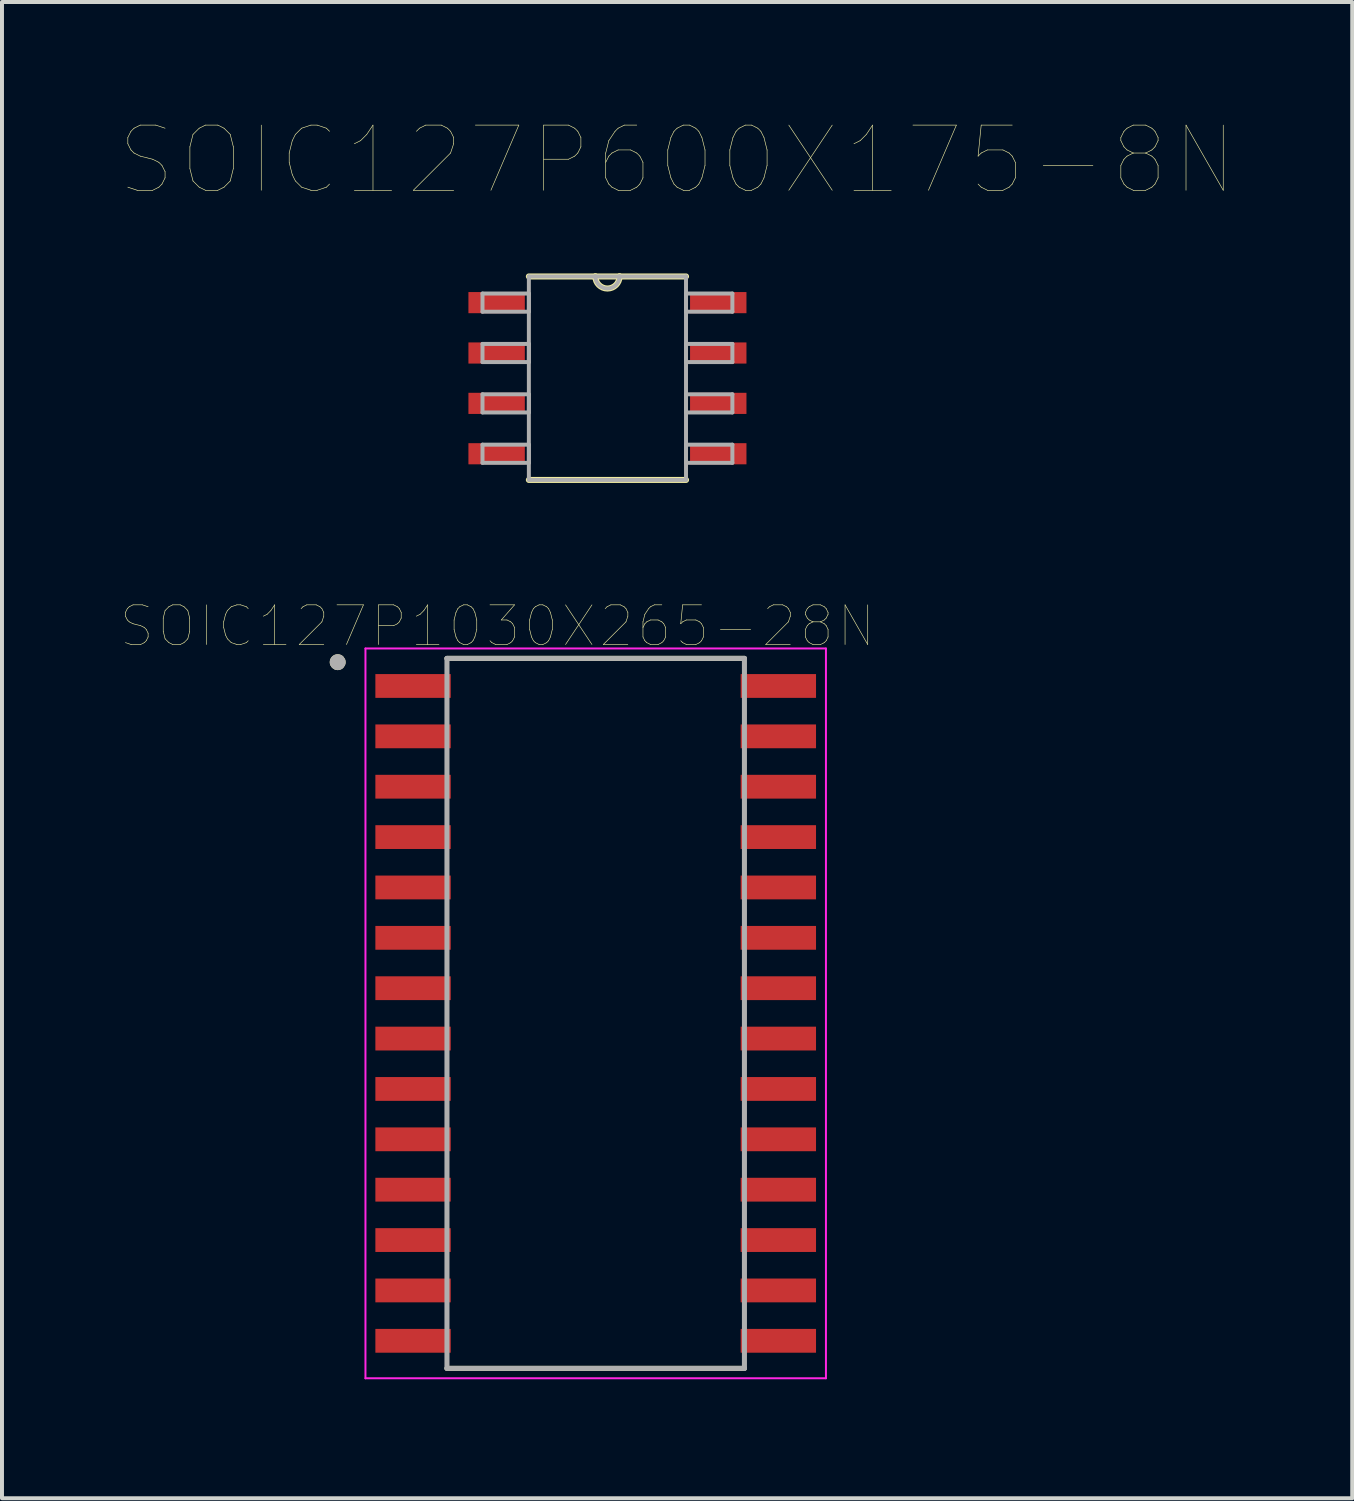
<source format=kicad_pcb>
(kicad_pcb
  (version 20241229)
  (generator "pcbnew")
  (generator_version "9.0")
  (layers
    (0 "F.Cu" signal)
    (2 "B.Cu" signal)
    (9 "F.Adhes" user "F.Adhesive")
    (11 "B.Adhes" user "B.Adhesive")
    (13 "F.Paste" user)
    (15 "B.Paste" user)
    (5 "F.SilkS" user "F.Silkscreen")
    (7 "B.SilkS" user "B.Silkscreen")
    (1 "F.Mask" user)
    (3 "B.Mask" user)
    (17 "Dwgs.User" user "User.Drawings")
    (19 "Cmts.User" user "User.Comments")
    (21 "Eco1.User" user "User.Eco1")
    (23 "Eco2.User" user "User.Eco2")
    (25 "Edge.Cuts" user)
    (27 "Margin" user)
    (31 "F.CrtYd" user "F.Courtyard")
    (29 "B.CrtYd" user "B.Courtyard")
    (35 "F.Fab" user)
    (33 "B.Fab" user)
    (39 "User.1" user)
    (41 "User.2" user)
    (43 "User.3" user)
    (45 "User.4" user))
  (footprint "SOIC127P600X175-8N"
    (layer "F.Cu")
    (at 12.265 6.485)
    (property "Reference" "SOIC127P600X175-8N" (at 1.756 -5.497 0) (layer "F.SilkS") (effects (font (size 1.643 1.643) (thickness 0.015))))
    (attr through_hole)
    (fp_line (start -1.981 2.565) (end 1.981 2.565) (stroke (width 0.152) (type solid)) (layer "F.SilkS"))
    (fp_line (start -0.305 -2.565) (end -1.981 -2.565) (stroke (width 0.152) (type solid)) (layer "F.SilkS"))
    (fp_line (start 0.305 -2.565) (end -0.305 -2.565) (stroke (width 0.152) (type solid)) (layer "F.SilkS"))
    (fp_line (start 1.981 -2.565) (end 0.305 -2.565) (stroke (width 0.152) (type solid)) (layer "F.SilkS"))
    (fp_arc (start 0.3048 -2.5654) (mid 0 -2.2606) (end -0.3048 -2.5654) (stroke (width 0.1524) (type solid)) (layer "F.SilkS"))
    (fp_line (start -3.15 -2.134) (end -3.15 -1.676) (stroke (width 0.1) (type solid)) (layer "F.Fab"))
    (fp_line (start -3.15 -1.676) (end -1.981 -1.676) (stroke (width 0.1) (type solid)) (layer "F.Fab"))
    (fp_line (start -3.15 -0.864) (end -3.15 -0.406) (stroke (width 0.1) (type solid)) (layer "F.Fab"))
    (fp_line (start -3.15 -0.406) (end -1.981 -0.406) (stroke (width 0.1) (type solid)) (layer "F.Fab"))
    (fp_line (start -3.15 0.406) (end -3.15 0.864) (stroke (width 0.1) (type solid)) (layer "F.Fab"))
    (fp_line (start -3.15 0.864) (end -1.981 0.864) (stroke (width 0.1) (type solid)) (layer "F.Fab"))
    (fp_line (start -3.15 1.676) (end -3.15 2.134) (stroke (width 0.1) (type solid)) (layer "F.Fab"))
    (fp_line (start -3.15 2.134) (end -1.981 2.134) (stroke (width 0.1) (type solid)) (layer "F.Fab"))
    (fp_line (start -1.981 -2.565) (end -1.981 2.565) (stroke (width 0.1) (type solid)) (layer "F.Fab"))
    (fp_line (start -1.981 -2.134) (end -3.15 -2.134) (stroke (width 0.1) (type solid)) (layer "F.Fab"))
    (fp_line (start -1.981 -1.676) (end -1.981 -2.134) (stroke (width 0.1) (type solid)) (layer "F.Fab"))
    (fp_line (start -1.981 -0.864) (end -3.15 -0.864) (stroke (width 0.1) (type solid)) (layer "F.Fab"))
    (fp_line (start -1.981 -0.406) (end -1.981 -0.864) (stroke (width 0.1) (type solid)) (layer "F.Fab"))
    (fp_line (start -1.981 0.406) (end -3.15 0.406) (stroke (width 0.1) (type solid)) (layer "F.Fab"))
    (fp_line (start -1.981 0.864) (end -1.981 0.406) (stroke (width 0.1) (type solid)) (layer "F.Fab"))
    (fp_line (start -1.981 1.676) (end -3.15 1.676) (stroke (width 0.1) (type solid)) (layer "F.Fab"))
    (fp_line (start -1.981 2.134) (end -1.981 1.676) (stroke (width 0.1) (type solid)) (layer "F.Fab"))
    (fp_line (start -1.981 2.565) (end 1.981 2.565) (stroke (width 0.1) (type solid)) (layer "F.Fab"))
    (fp_line (start -0.305 -2.565) (end -1.981 -2.565) (stroke (width 0.1) (type solid)) (layer "F.Fab"))
    (fp_line (start 0.305 -2.565) (end -0.305 -2.565) (stroke (width 0.1) (type solid)) (layer "F.Fab"))
    (fp_line (start 1.981 -2.565) (end 0.305 -2.565) (stroke (width 0.1) (type solid)) (layer "F.Fab"))
    (fp_line (start 1.981 -2.134) (end 1.981 -1.676) (stroke (width 0.1) (type solid)) (layer "F.Fab"))
    (fp_line (start 1.981 -1.676) (end 3.15 -1.676) (stroke (width 0.1) (type solid)) (layer "F.Fab"))
    (fp_line (start 1.981 -0.864) (end 1.981 -0.406) (stroke (width 0.1) (type solid)) (layer "F.Fab"))
    (fp_line (start 1.981 -0.406) (end 3.15 -0.406) (stroke (width 0.1) (type solid)) (layer "F.Fab"))
    (fp_line (start 1.981 0.406) (end 1.981 0.864) (stroke (width 0.1) (type solid)) (layer "F.Fab"))
    (fp_line (start 1.981 0.864) (end 3.15 0.864) (stroke (width 0.1) (type solid)) (layer "F.Fab"))
    (fp_line (start 1.981 1.676) (end 1.981 2.134) (stroke (width 0.1) (type solid)) (layer "F.Fab"))
    (fp_line (start 1.981 2.134) (end 3.15 2.134) (stroke (width 0.1) (type solid)) (layer "F.Fab"))
    (fp_line (start 1.981 2.565) (end 1.981 -2.565) (stroke (width 0.1) (type solid)) (layer "F.Fab"))
    (fp_line (start 3.15 -2.134) (end 1.981 -2.134) (stroke (width 0.1) (type solid)) (layer "F.Fab"))
    (fp_line (start 3.15 -1.676) (end 3.15 -2.134) (stroke (width 0.1) (type solid)) (layer "F.Fab"))
    (fp_line (start 3.15 -0.864) (end 1.981 -0.864) (stroke (width 0.1) (type solid)) (layer "F.Fab"))
    (fp_line (start 3.15 -0.406) (end 3.15 -0.864) (stroke (width 0.1) (type solid)) (layer "F.Fab"))
    (fp_line (start 3.15 0.406) (end 1.981 0.406) (stroke (width 0.1) (type solid)) (layer "F.Fab"))
    (fp_line (start 3.15 0.864) (end 3.15 0.406) (stroke (width 0.1) (type solid)) (layer "F.Fab"))
    (fp_line (start 3.15 1.676) (end 1.981 1.676) (stroke (width 0.1) (type solid)) (layer "F.Fab"))
    (fp_line (start 3.15 2.134) (end 3.15 1.676) (stroke (width 0.1) (type solid)) (layer "F.Fab"))
    (fp_arc (start 0.3048 -2.5654) (mid 0 -2.2606) (end -0.3048 -2.5654) (stroke (width 0.1) (type solid)) (layer "F.Fab"))
    (pad "1" smd rect (at -2.794 -1.905) (size 1.422 0.533) (layers "F.Cu" "F.Mask" "F.Paste"))
    (pad "2" smd rect (at -2.794 -0.635) (size 1.422 0.533) (layers "F.Cu" "F.Mask" "F.Paste"))
    (pad "3" smd rect (at -2.794 0.635) (size 1.422 0.533) (layers "F.Cu" "F.Mask" "F.Paste"))
    (pad "4" smd rect (at -2.794 1.905) (size 1.422 0.533) (layers "F.Cu" "F.Mask" "F.Paste"))
    (pad "5" smd rect (at 2.794 1.905) (size 1.422 0.533) (layers "F.Cu" "F.Mask" "F.Paste"))
    (pad "6" smd rect (at 2.794 0.635) (size 1.422 0.533) (layers "F.Cu" "F.Mask" "F.Paste"))
    (pad "7" smd rect (at 2.794 -0.635) (size 1.422 0.533) (layers "F.Cu" "F.Mask" "F.Paste"))
    (pad "8" smd rect (at 2.794 -1.905) (size 1.422 0.533) (layers "F.Cu" "F.Mask" "F.Paste")))
  (footprint "SOIC127P1030X265-28N"
    (layer "F.Cu")
    (at 11.969 22.5)
    (property "Reference" "SOIC127P1030X265-28N" (at -2.475 -9.762 0) (layer "F.SilkS") (effects (font (size 1 1) (thickness 0.015))))
    (attr through_hole)
    (fp_line (start -3.75 -8.95) (end 3.75 -8.95) (stroke (width 0.127) (type solid)) (layer "F.SilkS"))
    (fp_line (start -3.75 8.95) (end 3.75 8.95) (stroke (width 0.127) (type solid)) (layer "F.SilkS"))
    (fp_circle (center -6.505 -8.855) (end -6.405 -8.855) (stroke (width 0.2) (type solid)) (fill no) (layer "F.SilkS"))
    (fp_line (start -5.805 -9.2) (end -5.805 9.2) (stroke (width 0.05) (type solid)) (layer "F.CrtYd"))
    (fp_line (start -5.805 -9.2) (end 5.805 -9.2) (stroke (width 0.05) (type solid)) (layer "F.CrtYd"))
    (fp_line (start -5.805 9.2) (end 5.805 9.2) (stroke (width 0.05) (type solid)) (layer "F.CrtYd"))
    (fp_line (start 5.805 -9.2) (end 5.805 9.2) (stroke (width 0.05) (type solid)) (layer "F.CrtYd"))
    (fp_line (start -3.75 -8.95) (end -3.75 8.95) (stroke (width 0.127) (type solid)) (layer "F.Fab"))
    (fp_line (start -3.75 -8.95) (end 3.75 -8.95) (stroke (width 0.127) (type solid)) (layer "F.Fab"))
    (fp_line (start -3.75 8.95) (end 3.75 8.95) (stroke (width 0.127) (type solid)) (layer "F.Fab"))
    (fp_line (start 3.75 -8.95) (end 3.75 8.95) (stroke (width 0.127) (type solid)) (layer "F.Fab"))
    (fp_circle (center -6.505 -8.855) (end -6.405 -8.855) (stroke (width 0.2) (type solid)) (fill no) (layer "F.Fab"))
    (pad "1" smd rect (at -4.605 -8.255) (size 1.9 0.6) (layers "F.Cu" "F.Mask" "F.Paste"))
    (pad "2" smd rect (at -4.605 -6.985) (size 1.9 0.6) (layers "F.Cu" "F.Mask" "F.Paste"))
    (pad "3" smd rect (at -4.605 -5.715) (size 1.9 0.6) (layers "F.Cu" "F.Mask" "F.Paste"))
    (pad "4" smd rect (at -4.605 -4.445) (size 1.9 0.6) (layers "F.Cu" "F.Mask" "F.Paste"))
    (pad "5" smd rect (at -4.605 -3.175) (size 1.9 0.6) (layers "F.Cu" "F.Mask" "F.Paste"))
    (pad "6" smd rect (at -4.605 -1.905) (size 1.9 0.6) (layers "F.Cu" "F.Mask" "F.Paste"))
    (pad "7" smd rect (at -4.605 -0.635) (size 1.9 0.6) (layers "F.Cu" "F.Mask" "F.Paste"))
    (pad "8" smd rect (at -4.605 0.635) (size 1.9 0.6) (layers "F.Cu" "F.Mask" "F.Paste"))
    (pad "9" smd rect (at -4.605 1.905) (size 1.9 0.6) (layers "F.Cu" "F.Mask" "F.Paste"))
    (pad "10" smd rect (at -4.605 3.175) (size 1.9 0.6) (layers "F.Cu" "F.Mask" "F.Paste"))
    (pad "11" smd rect (at -4.605 4.445) (size 1.9 0.6) (layers "F.Cu" "F.Mask" "F.Paste"))
    (pad "12" smd rect (at -4.605 5.715) (size 1.9 0.6) (layers "F.Cu" "F.Mask" "F.Paste"))
    (pad "13" smd rect (at -4.605 6.985) (size 1.9 0.6) (layers "F.Cu" "F.Mask" "F.Paste"))
    (pad "14" smd rect (at -4.605 8.255) (size 1.9 0.6) (layers "F.Cu" "F.Mask" "F.Paste"))
    (pad "15" smd rect (at 4.605 8.255) (size 1.9 0.6) (layers "F.Cu" "F.Mask" "F.Paste"))
    (pad "16" smd rect (at 4.605 6.985) (size 1.9 0.6) (layers "F.Cu" "F.Mask" "F.Paste"))
    (pad "17" smd rect (at 4.605 5.715) (size 1.9 0.6) (layers "F.Cu" "F.Mask" "F.Paste"))
    (pad "18" smd rect (at 4.605 4.445) (size 1.9 0.6) (layers "F.Cu" "F.Mask" "F.Paste"))
    (pad "19" smd rect (at 4.605 3.175) (size 1.9 0.6) (layers "F.Cu" "F.Mask" "F.Paste"))
    (pad "20" smd rect (at 4.605 1.905) (size 1.9 0.6) (layers "F.Cu" "F.Mask" "F.Paste"))
    (pad "21" smd rect (at 4.605 0.635) (size 1.9 0.6) (layers "F.Cu" "F.Mask" "F.Paste"))
    (pad "22" smd rect (at 4.605 -0.635) (size 1.9 0.6) (layers "F.Cu" "F.Mask" "F.Paste"))
    (pad "23" smd rect (at 4.605 -1.905) (size 1.9 0.6) (layers "F.Cu" "F.Mask" "F.Paste"))
    (pad "24" smd rect (at 4.605 -3.175) (size 1.9 0.6) (layers "F.Cu" "F.Mask" "F.Paste"))
    (pad "25" smd rect (at 4.605 -4.445) (size 1.9 0.6) (layers "F.Cu" "F.Mask" "F.Paste"))
    (pad "26" smd rect (at 4.605 -5.715) (size 1.9 0.6) (layers "F.Cu" "F.Mask" "F.Paste"))
    (pad "27" smd rect (at 4.605 -6.985) (size 1.9 0.6) (layers "F.Cu" "F.Mask" "F.Paste"))
    (pad "28" smd rect (at 4.605 -8.255) (size 1.9 0.6) (layers "F.Cu" "F.Mask" "F.Paste")))
  (gr_rect
    (start -3 -3)
    (end 31.043 34.725)
    (stroke (width 0.1) (type default))
    (fill no)
    (layer "Edge.Cuts")))
</source>
